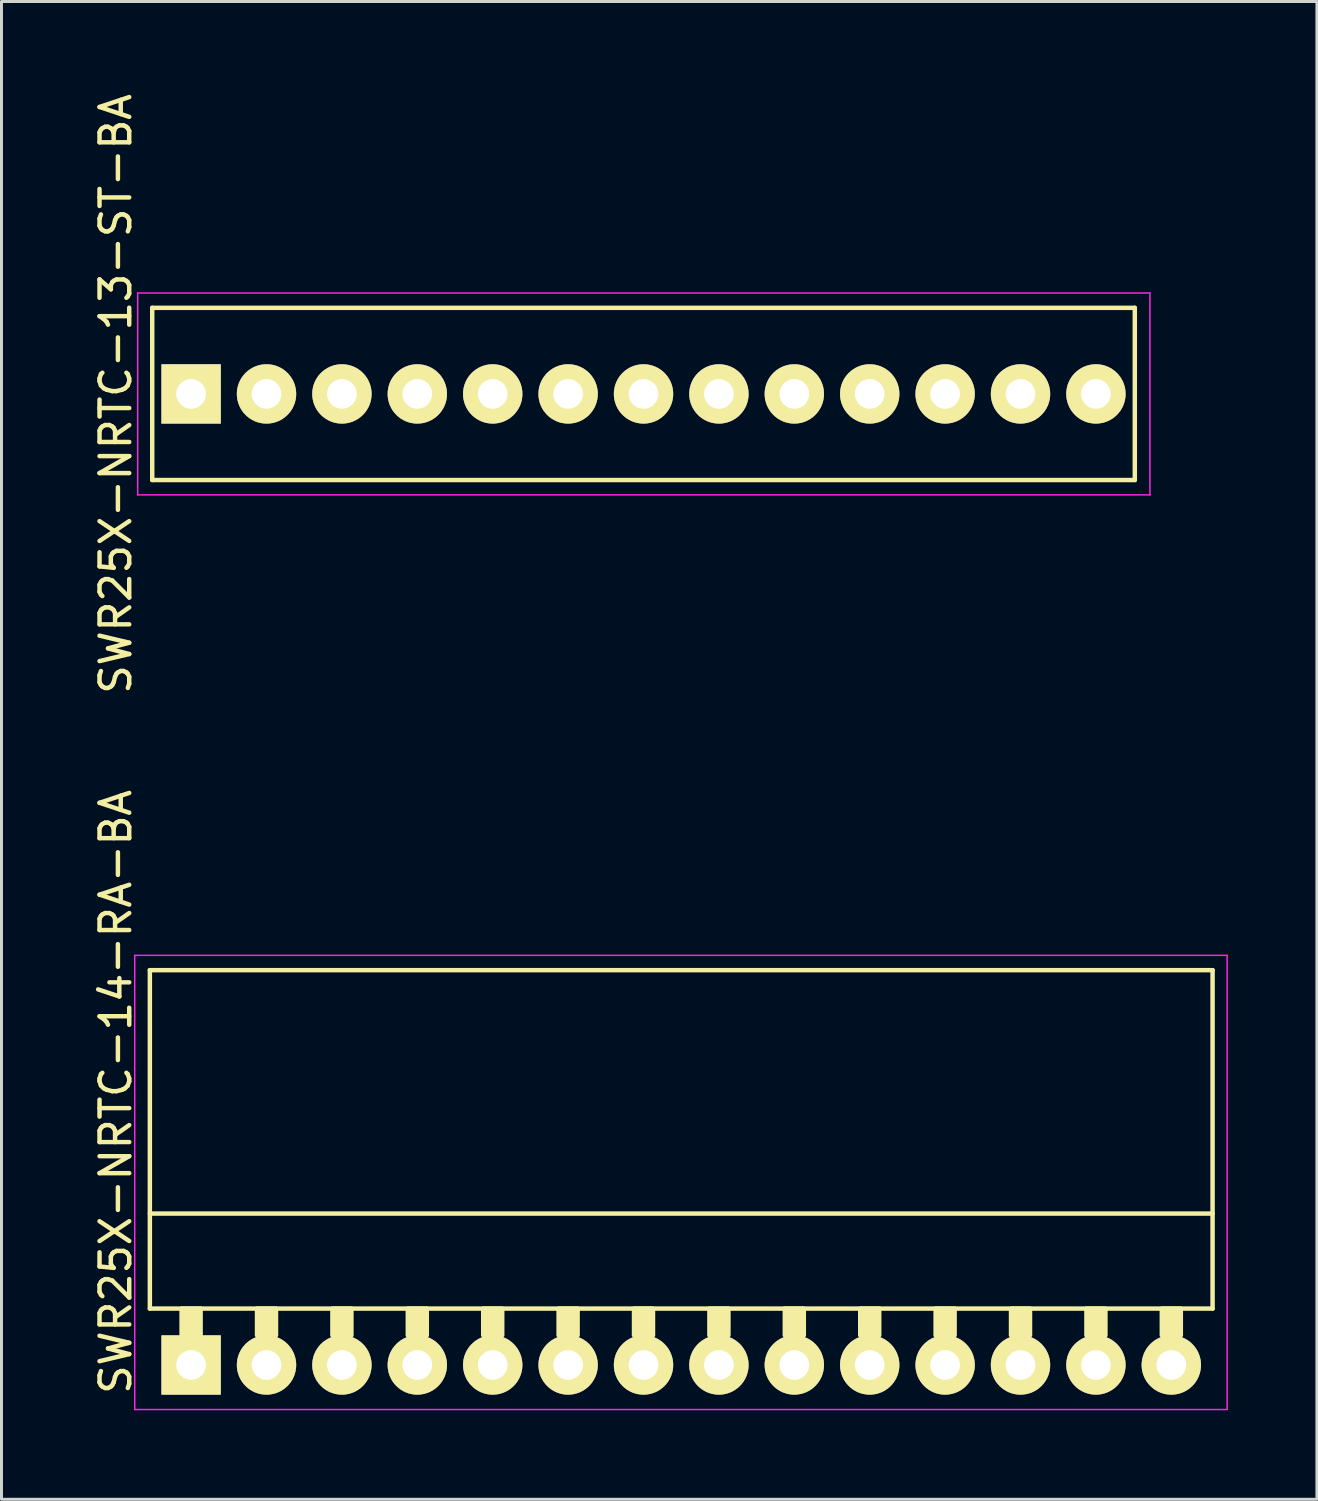
<source format=kicad_pcb>
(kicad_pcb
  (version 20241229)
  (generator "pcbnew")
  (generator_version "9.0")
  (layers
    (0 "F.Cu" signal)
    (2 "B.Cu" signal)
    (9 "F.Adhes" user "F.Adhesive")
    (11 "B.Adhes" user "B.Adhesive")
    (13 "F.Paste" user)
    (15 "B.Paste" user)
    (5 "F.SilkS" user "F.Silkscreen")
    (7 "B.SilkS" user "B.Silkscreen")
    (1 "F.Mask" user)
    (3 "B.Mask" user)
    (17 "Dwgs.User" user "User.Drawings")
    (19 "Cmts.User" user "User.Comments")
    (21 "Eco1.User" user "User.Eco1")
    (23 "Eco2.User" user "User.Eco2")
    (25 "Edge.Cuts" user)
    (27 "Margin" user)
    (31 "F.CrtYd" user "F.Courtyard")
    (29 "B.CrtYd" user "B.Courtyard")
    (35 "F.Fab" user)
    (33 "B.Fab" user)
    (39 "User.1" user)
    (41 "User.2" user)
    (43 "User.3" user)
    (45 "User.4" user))
  (footprint "SWR25X-NRTC-14-RA-BA"
    (layer "F.Cu")
    (at 3.388 42.932)
    (property "Reference" "SWR25X-NRTC-14-RA-BA" (at -2.54 -9.2 270) (layer "F.SilkS") (effects (font (size 1 1) (thickness 0.15))))
    (attr through_hole)
    (fp_line (start -1.39 -13.3) (end -1.39 -1.9) (stroke (width 0.15) (type solid)) (layer "F.SilkS"))
    (fp_line (start -1.39 -13.3) (end 34.41 -13.3) (stroke (width 0.15) (type solid)) (layer "F.SilkS"))
    (fp_line (start -1.39 -5.1) (end 34.41 -5.1) (stroke (width 0.15) (type solid)) (layer "F.SilkS"))
    (fp_line (start -1.39 -1.9) (end 34.41 -1.9) (stroke (width 0.15) (type solid)) (layer "F.SilkS"))
    (fp_line (start 34.41 -13.3) (end 34.41 -1.9) (stroke (width 0.15) (type solid)) (layer "F.SilkS"))
    (fp_poly (pts (xy 0.32 -1.9) (xy -0.32 -1.9) (xy -0.32 -1) (xy 0.32 -1)) (stroke (width 0.15) (type solid)) (fill yes) (layer "F.SilkS"))
    (fp_poly (pts (xy 2.86 -1.9) (xy 2.22 -1.9) (xy 2.22 -1) (xy 2.86 -1)) (stroke (width 0.15) (type solid)) (fill yes) (layer "F.SilkS"))
    (fp_poly (pts (xy 5.4 -1.9) (xy 4.76 -1.9) (xy 4.76 -1) (xy 5.4 -1)) (stroke (width 0.15) (type solid)) (fill yes) (layer "F.SilkS"))
    (fp_poly (pts (xy 7.94 -1.9) (xy 7.3 -1.9) (xy 7.3 -1) (xy 7.94 -1)) (stroke (width 0.15) (type solid)) (fill yes) (layer "F.SilkS"))
    (fp_poly (pts (xy 10.48 -1.9) (xy 9.84 -1.9) (xy 9.84 -1) (xy 10.48 -1)) (stroke (width 0.15) (type solid)) (fill yes) (layer "F.SilkS"))
    (fp_poly (pts (xy 13.02 -1.9) (xy 12.38 -1.9) (xy 12.38 -1) (xy 13.02 -1)) (stroke (width 0.15) (type solid)) (fill yes) (layer "F.SilkS"))
    (fp_poly (pts (xy 15.56 -1.9) (xy 14.92 -1.9) (xy 14.92 -1) (xy 15.56 -1)) (stroke (width 0.15) (type solid)) (fill yes) (layer "F.SilkS"))
    (fp_poly (pts (xy 18.1 -1.9) (xy 17.46 -1.9) (xy 17.46 -1) (xy 18.1 -1)) (stroke (width 0.15) (type solid)) (fill yes) (layer "F.SilkS"))
    (fp_poly (pts (xy 20.64 -1.9) (xy 20 -1.9) (xy 20 -1) (xy 20.64 -1)) (stroke (width 0.15) (type solid)) (fill yes) (layer "F.SilkS"))
    (fp_poly (pts (xy 23.18 -1.9) (xy 22.54 -1.9) (xy 22.54 -1) (xy 23.18 -1)) (stroke (width 0.15) (type solid)) (fill yes) (layer "F.SilkS"))
    (fp_poly (pts (xy 25.72 -1.9) (xy 25.08 -1.9) (xy 25.08 -1) (xy 25.72 -1)) (stroke (width 0.15) (type solid)) (fill yes) (layer "F.SilkS"))
    (fp_poly (pts (xy 28.26 -1.9) (xy 27.62 -1.9) (xy 27.62 -1) (xy 28.26 -1)) (stroke (width 0.15) (type solid)) (fill yes) (layer "F.SilkS"))
    (fp_poly (pts (xy 30.8 -1.9) (xy 30.16 -1.9) (xy 30.16 -1) (xy 30.8 -1)) (stroke (width 0.15) (type solid)) (fill yes) (layer "F.SilkS"))
    (fp_poly (pts (xy 33.34 -1.9) (xy 32.7 -1.9) (xy 32.7 -1) (xy 33.34 -1)) (stroke (width 0.15) (type solid)) (fill yes) (layer "F.SilkS"))
    (fp_line (start -1.9 -13.8) (end -1.9 1.5) (stroke (width 0.05) (type solid)) (layer "F.CrtYd"))
    (fp_line (start -1.9 -13.8) (end 34.9 -13.8) (stroke (width 0.05) (type solid)) (layer "F.CrtYd"))
    (fp_line (start -1.9 1.5) (end 34.9 1.5) (stroke (width 0.05) (type solid)) (layer "F.CrtYd"))
    (fp_line (start 34.9 -13.8) (end 34.9 1.5) (stroke (width 0.05) (type solid)) (layer "F.CrtYd"))
    (pad "1" thru_hole rect (at 0 0) (size 2 2) (drill 1) (layers "*.Cu" "*.Mask" "F.SilkS"))
    (pad "2" thru_hole circle (at 2.54 0) (size 2 2) (drill 1) (layers "*.Cu" "*.Mask" "F.SilkS"))
    (pad "3" thru_hole circle (at 5.08 0) (size 2 2) (drill 1) (layers "*.Cu" "*.Mask" "F.SilkS"))
    (pad "4" thru_hole circle (at 7.62 0) (size 2 2) (drill 1) (layers "*.Cu" "*.Mask" "F.SilkS"))
    (pad "5" thru_hole circle (at 10.16 0) (size 2 2) (drill 1) (layers "*.Cu" "*.Mask" "F.SilkS"))
    (pad "6" thru_hole circle (at 12.7 0) (size 2 2) (drill 1) (layers "*.Cu" "*.Mask" "F.SilkS"))
    (pad "7" thru_hole circle (at 15.24 0) (size 2 2) (drill 1) (layers "*.Cu" "*.Mask" "F.SilkS"))
    (pad "8" thru_hole circle (at 17.78 0) (size 2 2) (drill 1) (layers "*.Cu" "*.Mask" "F.SilkS"))
    (pad "9" thru_hole circle (at 20.32 0) (size 2 2) (drill 1) (layers "*.Cu" "*.Mask" "F.SilkS"))
    (pad "10" thru_hole circle (at 22.86 0) (size 2 2) (drill 1) (layers "*.Cu" "*.Mask" "F.SilkS"))
    (pad "11" thru_hole circle (at 25.4 0) (size 2 2) (drill 1) (layers "*.Cu" "*.Mask" "F.SilkS"))
    (pad "12" thru_hole circle (at 27.94 0) (size 2 2) (drill 1) (layers "*.Cu" "*.Mask" "F.SilkS"))
    (pad "13" thru_hole circle (at 30.48 0) (size 2 2) (drill 1) (layers "*.Cu" "*.Mask" "F.SilkS"))
    (pad "14" thru_hole circle (at 33.02 0) (size 2 2) (drill 1) (layers "*.Cu" "*.Mask" "F.SilkS")))
  (footprint "SWR25X-NRTC-13-ST-BA"
    (layer "F.Cu")
    (at 3.388 10.22)
    (property "Reference" "SWR25X-NRTC-13-ST-BA" (at -2.54 0 270) (layer "F.SilkS") (effects (font (size 1 1) (thickness 0.15))))
    (attr through_hole)
    (fp_line (start -1.31 -2.9) (end 31.79 -2.9) (stroke (width 0.15) (type solid)) (layer "F.SilkS"))
    (fp_line (start -1.31 2.9) (end -1.31 -2.9) (stroke (width 0.15) (type solid)) (layer "F.SilkS"))
    (fp_line (start -1.31 2.9) (end 31.79 2.9) (stroke (width 0.15) (type solid)) (layer "F.SilkS"))
    (fp_line (start 31.79 2.9) (end 31.79 -2.9) (stroke (width 0.15) (type solid)) (layer "F.SilkS"))
    (fp_line (start -1.8 -3.4) (end 32.3 -3.4) (stroke (width 0.05) (type solid)) (layer "F.CrtYd"))
    (fp_line (start -1.8 3.4) (end -1.8 -3.4) (stroke (width 0.05) (type solid)) (layer "F.CrtYd"))
    (fp_line (start -1.8 3.4) (end 32.3 3.4) (stroke (width 0.05) (type solid)) (layer "F.CrtYd"))
    (fp_line (start 32.3 3.4) (end 32.3 -3.4) (stroke (width 0.05) (type solid)) (layer "F.CrtYd"))
    (pad "1" thru_hole rect (at 0 0) (size 2 2) (drill 1) (layers "*.Cu" "*.Mask" "F.SilkS"))
    (pad "2" thru_hole circle (at 2.54 0) (size 2 2) (drill 1) (layers "*.Cu" "*.Mask" "F.SilkS"))
    (pad "3" thru_hole circle (at 5.08 0) (size 2 2) (drill 1) (layers "*.Cu" "*.Mask" "F.SilkS"))
    (pad "4" thru_hole circle (at 7.62 0) (size 2 2) (drill 1) (layers "*.Cu" "*.Mask" "F.SilkS"))
    (pad "5" thru_hole circle (at 10.16 0) (size 2 2) (drill 1) (layers "*.Cu" "*.Mask" "F.SilkS"))
    (pad "6" thru_hole circle (at 12.7 0) (size 2 2) (drill 1) (layers "*.Cu" "*.Mask" "F.SilkS"))
    (pad "7" thru_hole circle (at 15.24 0) (size 2 2) (drill 1) (layers "*.Cu" "*.Mask" "F.SilkS"))
    (pad "8" thru_hole circle (at 17.78 0) (size 2 2) (drill 1) (layers "*.Cu" "*.Mask" "F.SilkS"))
    (pad "9" thru_hole circle (at 20.32 0) (size 2 2) (drill 1) (layers "*.Cu" "*.Mask" "F.SilkS"))
    (pad "10" thru_hole circle (at 22.86 0) (size 2 2) (drill 1) (layers "*.Cu" "*.Mask" "F.SilkS"))
    (pad "11" thru_hole circle (at 25.4 0) (size 2 2) (drill 1) (layers "*.Cu" "*.Mask" "F.SilkS"))
    (pad "12" thru_hole circle (at 27.94 0) (size 2 2) (drill 1) (layers "*.Cu" "*.Mask" "F.SilkS"))
    (pad "13" thru_hole circle (at 30.48 0) (size 2 2) (drill 1) (layers "*.Cu" "*.Mask" "F.SilkS")))
  (gr_rect
    (start -3 -3)
    (end 41.313 47.457)
    (stroke (width 0.1) (type default))
    (fill no)
    (layer "Edge.Cuts")))
</source>
